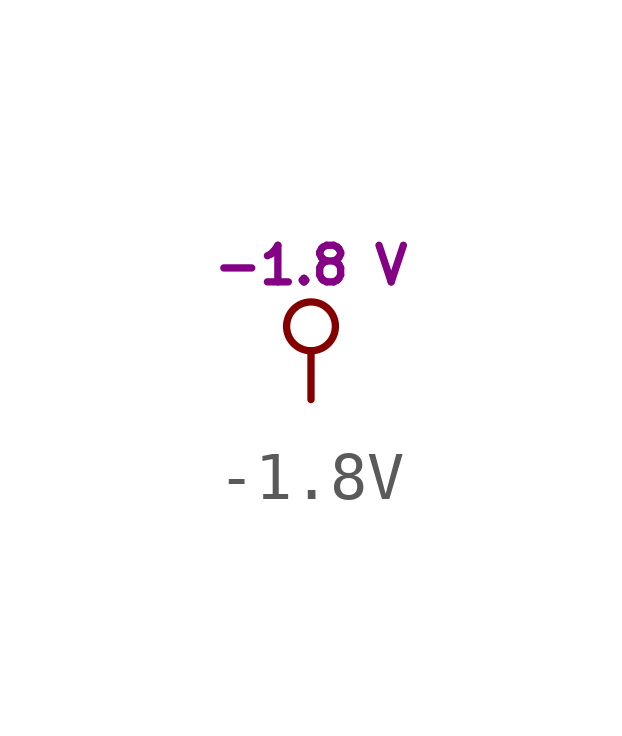
<source format=kicad_sym>
(kicad_symbol_lib
  (version 20211014)
  (generator kicad_symbol_editor)
  (symbol "-1.8V"
    (power)
    (pin_numbers hide)
    (pin_names
      (offset 0))
    (property "Reference" "#PWR"
      (at 0 3.556 0)
      (effects (font (size 0.508 0.508)) hide))
    (property "Footprint" ""
      (at 0 0 0)
      (effects (font (size 1.524 1.524))))
    (property "Datasheet" ""
      (at 0 3.556 0)
      (effects (font (size 1.524 1.524))))
    (property "Unit" "-1.8 V"
      (at 0 2.794 0)
      (effects (font (size 0.762 0.762))))
    (symbol "-1.8V_0_0"
      (polyline (pts (xy 0 0) (xy 0 1.016) (xy 0 1.016)) (stroke (width 0) (type default) (color 0 0 0 0)) (fill (type none)))
      (pin power_in line (at 0 0 90) (length 0) hide (name "-1.8V" (effects (font (size 0.635 0.635)))) (number "1" (effects (font (size 0.635 0.635))))))
    (symbol "-1.8V_0_1"
      (circle (center 0 1.524) (radius 0.508) (stroke (width 0) (type default) (color 0 0 0 0)) (fill (type none))))))
</source>
